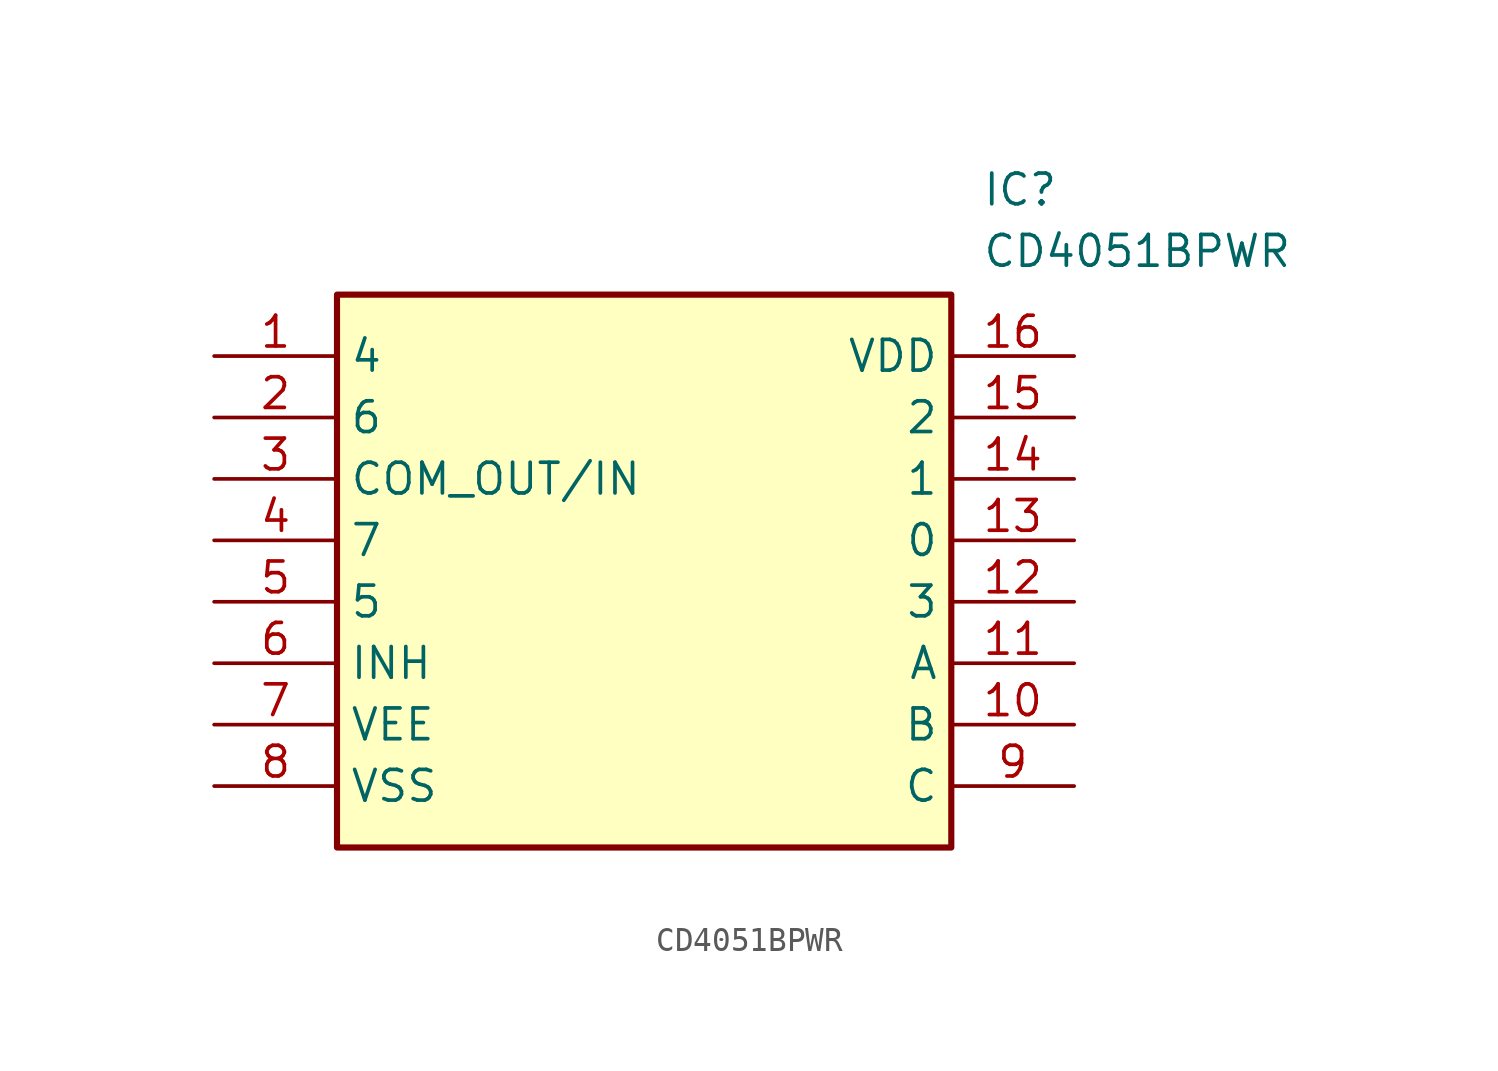
<source format=kicad_sym>
(kicad_symbol_lib
  (version 20211014)
  (generator SamacSys_ECAD_Model)
  (symbol "CD4051BPWR"
    (property "Reference" "IC"
      (at 31.75 7.62 0)
      (effects (font (size 1.27 1.27)) (justify left top)))
    (property "Value" "CD4051BPWR"
      (at 31.75 5.08 0)
      (effects (font (size 1.27 1.27)) (justify left top)))
    (rectangle
      (start 5.08 2.54)
      (end 30.48 -20.32)
      (stroke (width 0.254) (type default))
      (fill (type background)))
    (pin passive line
      (at 0 0 0)
      (length 5.08)
      (name "4" (effects (font (size 1.27 1.27))))
      (number "1" (effects (font (size 1.27 1.27)))))
    (pin passive line
      (at 0 -2.54 0)
      (length 5.08)
      (name "6" (effects (font (size 1.27 1.27))))
      (number "2" (effects (font (size 1.27 1.27)))))
    (pin passive line
      (at 0 -5.08 0)
      (length 5.08)
      (name "COM_OUT/IN" (effects (font (size 1.27 1.27))))
      (number "3" (effects (font (size 1.27 1.27)))))
    (pin passive line
      (at 0 -7.62 0)
      (length 5.08)
      (name "7" (effects (font (size 1.27 1.27))))
      (number "4" (effects (font (size 1.27 1.27)))))
    (pin passive line
      (at 0 -10.16 0)
      (length 5.08)
      (name "5" (effects (font (size 1.27 1.27))))
      (number "5" (effects (font (size 1.27 1.27)))))
    (pin passive line
      (at 0 -12.7 0)
      (length 5.08)
      (name "INH" (effects (font (size 1.27 1.27))))
      (number "6" (effects (font (size 1.27 1.27)))))
    (pin passive line
      (at 0 -15.24 0)
      (length 5.08)
      (name "VEE" (effects (font (size 1.27 1.27))))
      (number "7" (effects (font (size 1.27 1.27)))))
    (pin passive line
      (at 0 -17.78 0)
      (length 5.08)
      (name "VSS" (effects (font (size 1.27 1.27))))
      (number "8" (effects (font (size 1.27 1.27)))))
    (pin passive line
      (at 35.56 0 180)
      (length 5.08)
      (name "VDD" (effects (font (size 1.27 1.27))))
      (number "16" (effects (font (size 1.27 1.27)))))
    (pin passive line
      (at 35.56 -2.54 180)
      (length 5.08)
      (name "2" (effects (font (size 1.27 1.27))))
      (number "15" (effects (font (size 1.27 1.27)))))
    (pin passive line
      (at 35.56 -5.08 180)
      (length 5.08)
      (name "1" (effects (font (size 1.27 1.27))))
      (number "14" (effects (font (size 1.27 1.27)))))
    (pin passive line
      (at 35.56 -7.62 180)
      (length 5.08)
      (name "0" (effects (font (size 1.27 1.27))))
      (number "13" (effects (font (size 1.27 1.27)))))
    (pin passive line
      (at 35.56 -10.16 180)
      (length 5.08)
      (name "3" (effects (font (size 1.27 1.27))))
      (number "12" (effects (font (size 1.27 1.27)))))
    (pin passive line
      (at 35.56 -12.7 180)
      (length 5.08)
      (name "A" (effects (font (size 1.27 1.27))))
      (number "11" (effects (font (size 1.27 1.27)))))
    (pin passive line
      (at 35.56 -15.24 180)
      (length 5.08)
      (name "B" (effects (font (size 1.27 1.27))))
      (number "10" (effects (font (size 1.27 1.27)))))
    (pin passive line
      (at 35.56 -17.78 180)
      (length 5.08)
      (name "C" (effects (font (size 1.27 1.27))))
      (number "9" (effects (font (size 1.27 1.27)))))))
</source>
